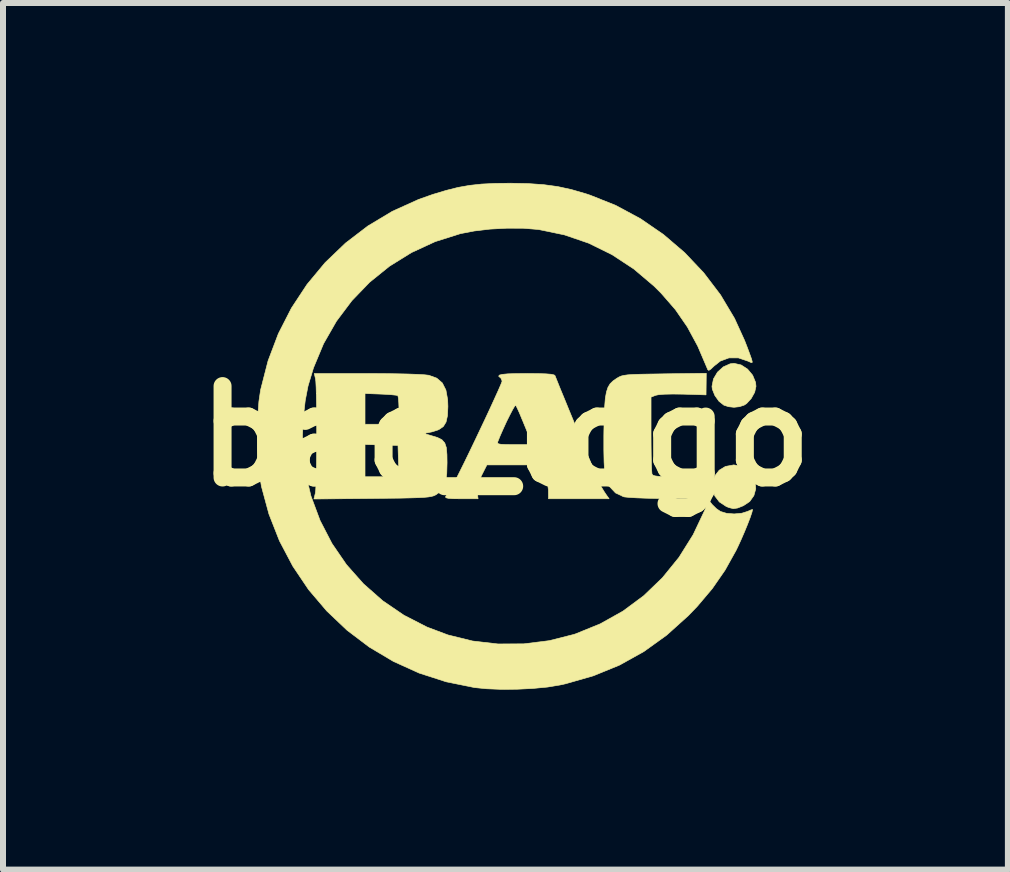
<source format=kicad_pcb>
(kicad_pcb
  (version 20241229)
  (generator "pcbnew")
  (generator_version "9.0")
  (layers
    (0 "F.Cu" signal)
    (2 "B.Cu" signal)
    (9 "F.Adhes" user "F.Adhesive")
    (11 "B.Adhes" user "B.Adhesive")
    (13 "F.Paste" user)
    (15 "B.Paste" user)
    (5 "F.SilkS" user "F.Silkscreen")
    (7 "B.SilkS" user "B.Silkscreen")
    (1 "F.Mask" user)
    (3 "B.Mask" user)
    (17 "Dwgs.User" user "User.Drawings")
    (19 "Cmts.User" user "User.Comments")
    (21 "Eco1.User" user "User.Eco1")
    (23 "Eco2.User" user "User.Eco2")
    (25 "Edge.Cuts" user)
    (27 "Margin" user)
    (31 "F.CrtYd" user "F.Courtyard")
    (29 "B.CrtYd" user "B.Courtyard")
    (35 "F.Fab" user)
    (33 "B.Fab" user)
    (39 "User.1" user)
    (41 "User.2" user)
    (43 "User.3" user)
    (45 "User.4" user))
  (footprint "bac_logo"
    (layer "F.Cu")
    (at 5.378 4.222)
    (property "Reference" "bac_logo" (at 0 0 0) (layer "F.SilkS") (effects (font (size 1.524 1.524) (thickness 0.3))))
    (attr through_hole)
    (fp_poly (pts (xy 3.943 0.503) (xy 4.048 0.565) (xy 4.123 0.655) (xy 4.165 0.764) (xy 4.173 0.879) (xy 4.142 0.991) (xy 4.072 1.09) (xy 3.967 1.16) (xy 3.872 1.198) (xy 3.8 1.209) (xy 3.729 1.192) (xy 3.683 1.174) (xy 3.566 1.097) (xy 3.49 0.997) (xy 3.454 0.884) (xy 3.455 0.768) (xy 3.493 0.659) (xy 3.564 0.568) (xy 3.668 0.505) (xy 3.802 0.48) (xy 3.81 0.48) (xy 3.943 0.503)) (stroke (width 0.01) (type solid)) (fill yes) (layer "F.SilkS"))
    (fp_poly (pts (xy 3.929 -1.187) (xy 4.036 -1.118) (xy 4.121 -1.016) (xy 4.17 -0.897) (xy 4.177 -0.83) (xy 4.155 -0.731) (xy 4.097 -0.627) (xy 4.02 -0.543) (xy 3.978 -0.516) (xy 3.9 -0.491) (xy 3.81 -0.481) (xy 3.81 -0.481) (xy 3.72 -0.491) (xy 3.642 -0.516) (xy 3.642 -0.516) (xy 3.56 -0.581) (xy 3.491 -0.678) (xy 3.449 -0.782) (xy 3.443 -0.83) (xy 3.468 -0.954) (xy 3.535 -1.067) (xy 3.632 -1.155) (xy 3.746 -1.206) (xy 3.81 -1.214) (xy 3.929 -1.187)) (stroke (width 0.01) (type solid)) (fill yes) (layer "F.SilkS"))
    (fp_poly (pts (xy 3.346 -0.868) (xy 3.344 -0.688) (xy 2.963 -0.7) (xy 2.79 -0.702) (xy 2.649 -0.699) (xy 2.548 -0.69) (xy 2.505 -0.681) (xy 2.427 -0.651) (xy 2.427 -0.031) (xy 2.428 0.152) (xy 2.43 0.318) (xy 2.433 0.458) (xy 2.437 0.562) (xy 2.442 0.623) (xy 2.444 0.633) (xy 2.458 0.65) (xy 2.49 0.662) (xy 2.547 0.67) (xy 2.639 0.675) (xy 2.773 0.677) (xy 2.903 0.677) (xy 3.344 0.677) (xy 3.346 0.861) (xy 3.348 1.044) (xy 2.711 1.041) (xy 2.521 1.039) (xy 2.343 1.035) (xy 2.188 1.029) (xy 2.066 1.022) (xy 1.986 1.014) (xy 1.968 1.01) (xy 1.835 0.947) (xy 1.734 0.84) (xy 1.671 0.695) (xy 1.665 0.67) (xy 1.652 0.576) (xy 1.644 0.429) (xy 1.64 0.234) (xy 1.64 -0.006) (xy 1.641 -0.085) (xy 1.646 -0.314) (xy 1.654 -0.494) (xy 1.665 -0.633) (xy 1.684 -0.738) (xy 1.71 -0.816) (xy 1.746 -0.875) (xy 1.795 -0.922) (xy 1.857 -0.965) (xy 1.859 -0.966) (xy 1.893 -0.986) (xy 1.929 -1.002) (xy 1.975 -1.013) (xy 2.038 -1.022) (xy 2.126 -1.028) (xy 2.245 -1.032) (xy 2.405 -1.035) (xy 2.612 -1.038) (xy 2.655 -1.039) (xy 3.348 -1.048) (xy 3.346 -0.868)) (stroke (width 0.01) (type solid)) (fill yes) (layer "F.SilkS"))
    (fp_poly (pts (xy 0.535 -1.043) (xy 0.67 -1.039) (xy 0.759 -1.032) (xy 0.81 -1.021) (xy 0.826 -1.009) (xy 0.865 -0.911) (xy 0.918 -0.779) (xy 0.984 -0.62) (xy 1.057 -0.441) (xy 1.136 -0.249) (xy 1.218 -0.052) (xy 1.298 0.142) (xy 1.375 0.327) (xy 1.446 0.494) (xy 1.506 0.637) (xy 1.553 0.747) (xy 1.584 0.819) (xy 1.595 0.841) (xy 1.643 0.921) (xy 1.683 0.981) (xy 1.728 1.044) (xy 0.717 1.044) (xy 0.716 0.896) (xy 0.691 0.718) (xy 0.653 0.614) (xy 0.59 0.48) (xy -0.31 0.48) (xy -0.398 0.654) (xy -0.449 0.767) (xy -0.472 0.852) (xy -0.472 0.931) (xy -0.471 0.937) (xy -0.457 1.044) (xy -0.738 1.044) (xy -0.87 1.043) (xy -0.952 1.037) (xy -0.993 1.027) (xy -0.999 1.011) (xy -0.998 1.009) (xy -0.97 0.965) (xy -0.925 0.895) (xy -0.902 0.861) (xy -0.872 0.807) (xy -0.823 0.714) (xy -0.759 0.586) (xy -0.683 0.433) (xy -0.6 0.262) (xy -0.529 0.114) (xy -0.132 0.114) (xy -0.117 0.128) (xy -0.075 0.136) (xy 0.004 0.14) (xy 0.129 0.141) (xy 0.153 0.141) (xy 0.452 0.141) (xy 0.408 0.035) (xy 0.375 -0.043) (xy 0.33 -0.152) (xy 0.282 -0.269) (xy 0.276 -0.282) (xy 0.234 -0.384) (xy 0.197 -0.465) (xy 0.174 -0.511) (xy 0.17 -0.516) (xy 0.153 -0.499) (xy 0.119 -0.441) (xy 0.073 -0.353) (xy 0.019 -0.245) (xy -0.035 -0.127) (xy -0.087 -0.01) (xy -0.128 0.092) (xy -0.132 0.114) (xy -0.529 0.114) (xy -0.512 0.079) (xy -0.423 -0.109) (xy -0.336 -0.292) (xy -0.255 -0.466) (xy -0.184 -0.621) (xy -0.125 -0.751) (xy -0.082 -0.849) (xy -0.059 -0.907) (xy -0.056 -0.919) (xy -0.075 -0.965) (xy -0.085 -0.974) (xy -0.113 -0.998) (xy -0.104 -1.017) (xy -0.054 -1.03) (xy 0.041 -1.039) (xy 0.184 -1.043) (xy 0.35 -1.044) (xy 0.535 -1.043)) (stroke (width 0.01) (type solid)) (fill yes) (layer "F.SilkS"))
    (fp_poly (pts (xy -2.054 -1.043) (xy -1.829 -1.04) (xy -1.631 -1.036) (xy -1.469 -1.03) (xy -1.349 -1.023) (xy -1.278 -1.015) (xy -1.275 -1.014) (xy -1.146 -0.967) (xy -1.053 -0.887) (xy -0.993 -0.768) (xy -0.964 -0.607) (xy -0.96 -0.494) (xy -0.967 -0.342) (xy -0.991 -0.234) (xy -1.036 -0.161) (xy -1.108 -0.111) (xy -1.131 -0.101) (xy -1.222 -0.072) (xy -1.305 -0.055) (xy -1.32 -0.054) (xy -1.347 -0.048) (xy -1.322 -0.034) (xy -1.243 -0.01) (xy -1.242 -0.01) (xy -1.133 0.023) (xy -1.059 0.061) (xy -1.012 0.114) (xy -0.986 0.192) (xy -0.976 0.308) (xy -0.974 0.445) (xy -0.979 0.623) (xy -0.996 0.756) (xy -1.03 0.852) (xy -1.083 0.922) (xy -1.159 0.977) (xy -1.165 0.98) (xy -1.194 0.994) (xy -1.233 1.005) (xy -1.286 1.014) (xy -1.36 1.021) (xy -1.46 1.026) (xy -1.594 1.03) (xy -1.766 1.034) (xy -1.983 1.036) (xy -2.225 1.039) (xy -3.194 1.048) (xy -3.171 0.954) (xy -3.164 0.901) (xy -3.159 0.8) (xy -3.155 0.677) (xy -2.342 0.677) (xy -1.776 0.677) (xy -1.784 0.416) (xy -1.792 0.155) (xy -2.067 0.147) (xy -2.342 0.139) (xy -2.342 0.677) (xy -3.155 0.677) (xy -3.155 0.66) (xy -3.151 0.489) (xy -3.149 0.298) (xy -3.148 0.094) (xy -3.147 -0.115) (xy -3.148 -0.198) (xy -2.342 -0.198) (xy -2.095 -0.198) (xy -1.979 -0.201) (xy -1.883 -0.208) (xy -1.821 -0.219) (xy -1.81 -0.223) (xy -1.787 -0.258) (xy -1.776 -0.333) (xy -1.775 -0.454) (xy -1.779 -0.556) (xy -1.786 -0.635) (xy -1.794 -0.674) (xy -1.795 -0.676) (xy -1.828 -0.683) (xy -1.905 -0.691) (xy -2.011 -0.698) (xy -2.077 -0.701) (xy -2.342 -0.711) (xy -2.342 -0.198) (xy -3.148 -0.198) (xy -3.148 -0.318) (xy -3.15 -0.508) (xy -3.153 -0.675) (xy -3.157 -0.812) (xy -3.162 -0.909) (xy -3.167 -0.953) (xy -3.188 -1.044) (xy -2.301 -1.044) (xy -2.054 -1.043)) (stroke (width 0.01) (type solid)) (fill yes) (layer "F.SilkS"))
    (fp_poly (pts (xy 0.38 -4.211) (xy 0.637 -4.193) (xy 0.872 -4.161) (xy 1.101 -4.111) (xy 1.342 -4.041) (xy 1.411 -4.018) (xy 1.841 -3.846) (xy 2.25 -3.626) (xy 2.633 -3.363) (xy 2.987 -3.06) (xy 3.306 -2.723) (xy 3.585 -2.356) (xy 3.819 -1.964) (xy 3.987 -1.595) (xy 4.033 -1.477) (xy 4.072 -1.372) (xy 4.099 -1.297) (xy 4.106 -1.275) (xy 4.116 -1.232) (xy 4.1 -1.225) (xy 4.047 -1.249) (xy 4.045 -1.25) (xy 3.883 -1.305) (xy 3.727 -1.305) (xy 3.583 -1.252) (xy 3.479 -1.17) (xy 3.421 -1.115) (xy 3.39 -1.096) (xy 3.372 -1.109) (xy 3.361 -1.137) (xy 3.206 -1.5) (xy 3.033 -1.82) (xy 2.833 -2.11) (xy 2.598 -2.38) (xy 2.475 -2.503) (xy 2.14 -2.787) (xy 1.776 -3.026) (xy 1.388 -3.217) (xy 0.982 -3.356) (xy 0.563 -3.443) (xy 0.544 -3.446) (xy 0.3 -3.466) (xy 0.026 -3.467) (xy -0.257 -3.452) (xy -0.526 -3.42) (xy -0.752 -3.376) (xy -1.173 -3.243) (xy -1.567 -3.061) (xy -1.933 -2.834) (xy -2.265 -2.566) (xy -2.561 -2.259) (xy -2.818 -1.917) (xy -3.033 -1.542) (xy -3.201 -1.139) (xy -3.292 -0.836) (xy -3.339 -0.591) (xy -3.37 -0.314) (xy -3.384 -0.025) (xy -3.379 0.256) (xy -3.355 0.51) (xy -3.346 0.563) (xy -3.244 0.997) (xy -3.091 1.407) (xy -2.893 1.79) (xy -2.651 2.143) (xy -2.368 2.462) (xy -2.048 2.744) (xy -1.693 2.986) (xy -1.307 3.184) (xy -0.958 3.315) (xy -0.548 3.416) (xy -0.124 3.465) (xy 0.305 3.463) (xy 0.73 3.41) (xy 1.141 3.306) (xy 1.171 3.296) (xy 1.579 3.13) (xy 1.958 2.918) (xy 2.305 2.661) (xy 2.617 2.361) (xy 2.893 2.021) (xy 3.129 1.644) (xy 3.324 1.232) (xy 3.357 1.147) (xy 3.388 1.066) (xy 3.446 1.14) (xy 3.515 1.208) (xy 3.585 1.256) (xy 3.687 1.287) (xy 3.814 1.297) (xy 3.941 1.285) (xy 4.037 1.255) (xy 4.093 1.23) (xy 4.12 1.224) (xy 4.12 1.225) (xy 4.109 1.271) (xy 4.08 1.357) (xy 4.037 1.469) (xy 3.985 1.596) (xy 3.929 1.725) (xy 3.874 1.845) (xy 3.845 1.905) (xy 3.661 2.235) (xy 3.449 2.541) (xy 3.199 2.837) (xy 3.049 2.993) (xy 2.688 3.318) (xy 2.307 3.592) (xy 1.901 3.818) (xy 1.466 3.996) (xy 0.998 4.13) (xy 0.905 4.15) (xy 0.699 4.184) (xy 0.456 4.207) (xy 0.193 4.22) (xy -0.07 4.222) (xy -0.317 4.212) (xy -0.516 4.192) (xy -0.989 4.096) (xy -1.441 3.95) (xy -1.869 3.756) (xy -2.271 3.517) (xy -2.642 3.236) (xy -2.98 2.915) (xy -3.283 2.559) (xy -3.546 2.168) (xy -3.768 1.747) (xy -3.944 1.299) (xy -4.069 0.838) (xy -4.1 0.647) (xy -4.122 0.418) (xy -4.134 0.164) (xy -4.136 -0.097) (xy -4.128 -0.351) (xy -4.111 -0.58) (xy -4.083 -0.771) (xy -4.082 -0.775) (xy -3.959 -1.254) (xy -3.787 -1.708) (xy -3.569 -2.135) (xy -3.308 -2.531) (xy -3.007 -2.893) (xy -2.667 -3.219) (xy -2.293 -3.505) (xy -1.886 -3.749) (xy -1.448 -3.947) (xy -1.213 -4.03) (xy -0.99 -4.097) (xy -0.791 -4.147) (xy -0.599 -4.181) (xy -0.398 -4.203) (xy -0.172 -4.214) (xy 0.085 -4.217) (xy 0.38 -4.211)) (stroke (width 0.01) (type solid)) (fill yes) (layer "F.SilkS")))
  (gr_rect
    (start -3 -3)
    (end 13.755 11.449)
    (stroke (width 0.1) (type default))
    (fill no)
    (layer "Edge.Cuts")))
</source>
